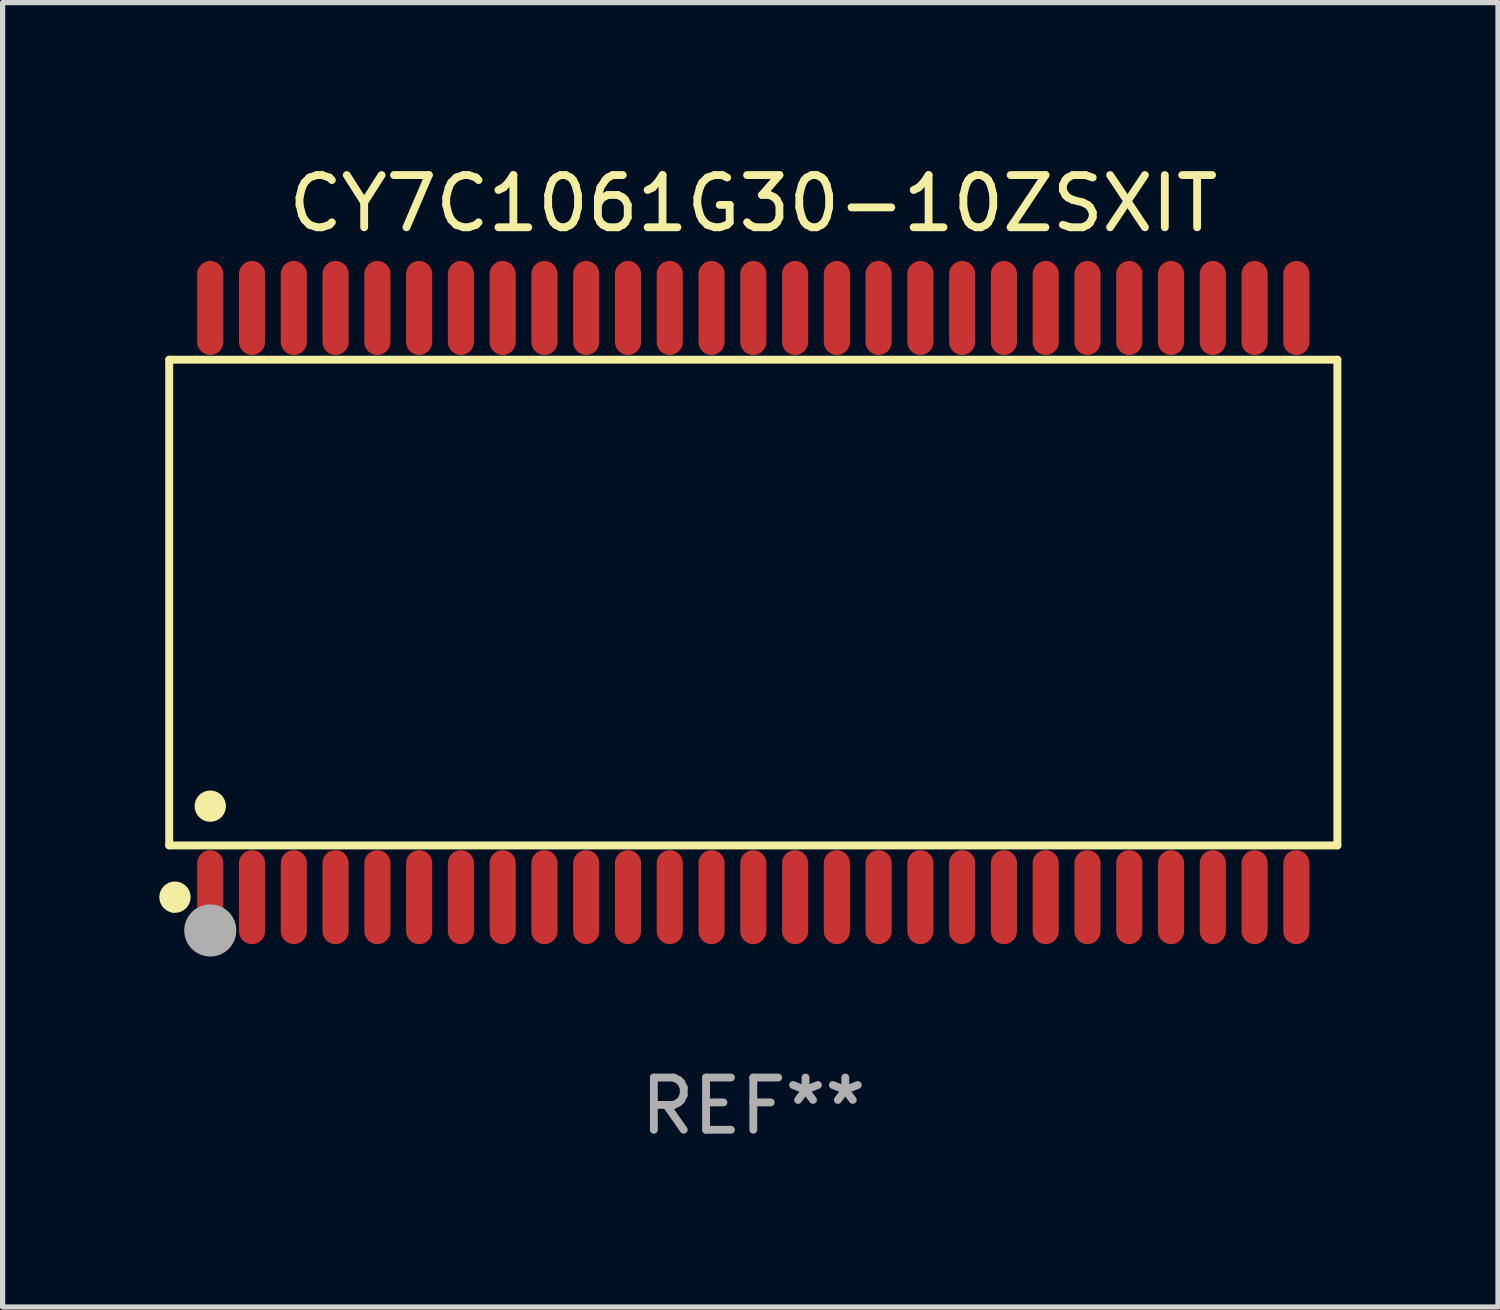
<source format=kicad_pcb>
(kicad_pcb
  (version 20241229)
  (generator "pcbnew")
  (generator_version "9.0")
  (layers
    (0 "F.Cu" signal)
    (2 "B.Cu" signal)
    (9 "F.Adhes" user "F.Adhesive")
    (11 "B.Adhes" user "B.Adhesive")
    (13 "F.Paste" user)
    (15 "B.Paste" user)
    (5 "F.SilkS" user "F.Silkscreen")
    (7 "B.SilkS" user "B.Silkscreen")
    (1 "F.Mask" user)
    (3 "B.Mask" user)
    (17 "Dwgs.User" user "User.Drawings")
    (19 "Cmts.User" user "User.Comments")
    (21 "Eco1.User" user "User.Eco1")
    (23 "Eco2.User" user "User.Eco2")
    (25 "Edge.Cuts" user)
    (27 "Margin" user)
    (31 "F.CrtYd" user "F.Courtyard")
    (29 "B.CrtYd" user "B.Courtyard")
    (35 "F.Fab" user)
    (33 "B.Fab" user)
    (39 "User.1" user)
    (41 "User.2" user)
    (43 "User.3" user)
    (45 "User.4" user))
  (footprint "CY7C1061G30-10ZSXIT"
    (layer "F.Cu")
    (at 11.377 8.49)
    (property "Reference" "CY7C1061G30-10ZSXIT" (at 0 -7.642 0) (layer "F.SilkS") (effects (font (size 1 1) (thickness 0.15))))
    (attr through_hole)
    (fp_line (start -11.186 -4.651) (end 11.186 -4.651) (stroke (width 0.152) (type solid)) (layer "F.SilkS"))
    (fp_line (start -11.186 4.651) (end -11.186 -4.651) (stroke (width 0.152) (type solid)) (layer "F.SilkS"))
    (fp_line (start 11.186 -4.651) (end 11.186 4.651) (stroke (width 0.152) (type solid)) (layer "F.SilkS"))
    (fp_line (start 11.186 4.651) (end -11.186 4.651) (stroke (width 0.152) (type solid)) (layer "F.SilkS"))
    (fp_circle (center -11.11 5.88) (end -11.08 5.88) (stroke (width 0.06) (type solid)) (fill no) (layer "F.SilkS"))
    (fp_circle (center -11.076 5.642) (end -10.926 5.642) (stroke (width 0.3) (type solid)) (fill no) (layer "F.SilkS"))
    (fp_circle (center -10.4 3.899) (end -10.25 3.899) (stroke (width 0.3) (type solid)) (fill no) (layer "F.SilkS"))
    (fp_circle (center -10.4 6.28) (end -10.15 6.28) (stroke (width 0.5) (type solid)) (fill no) (layer "F.Fab"))
    (fp_text user "REF**" (at 0 9.642 0) (layer "F.Fab") (effects (font (size 1 1) (thickness 0.15))))
    (pad "1" smd oval (at -10.4 5.642) (size 0.5 1.8) (layers "F.Cu" "F.Mask" "F.Paste"))
    (pad "2" smd oval (at -9.6 5.642) (size 0.5 1.8) (layers "F.Cu" "F.Mask" "F.Paste"))
    (pad "3" smd oval (at -8.8 5.642) (size 0.5 1.8) (layers "F.Cu" "F.Mask" "F.Paste"))
    (pad "4" smd oval (at -8 5.642) (size 0.5 1.8) (layers "F.Cu" "F.Mask" "F.Paste"))
    (pad "5" smd oval (at -7.2 5.642) (size 0.5 1.8) (layers "F.Cu" "F.Mask" "F.Paste"))
    (pad "6" smd oval (at -6.4 5.642) (size 0.5 1.8) (layers "F.Cu" "F.Mask" "F.Paste"))
    (pad "7" smd oval (at -5.6 5.642) (size 0.5 1.8) (layers "F.Cu" "F.Mask" "F.Paste"))
    (pad "8" smd oval (at -4.8 5.642) (size 0.5 1.8) (layers "F.Cu" "F.Mask" "F.Paste"))
    (pad "9" smd oval (at -4 5.642) (size 0.5 1.8) (layers "F.Cu" "F.Mask" "F.Paste"))
    (pad "10" smd oval (at -3.2 5.642) (size 0.5 1.8) (layers "F.Cu" "F.Mask" "F.Paste"))
    (pad "11" smd oval (at -2.4 5.642) (size 0.5 1.8) (layers "F.Cu" "F.Mask" "F.Paste"))
    (pad "12" smd oval (at -1.6 5.642) (size 0.5 1.8) (layers "F.Cu" "F.Mask" "F.Paste"))
    (pad "13" smd oval (at -0.8 5.642) (size 0.5 1.8) (layers "F.Cu" "F.Mask" "F.Paste"))
    (pad "14" smd oval (at 0 5.642) (size 0.5 1.8) (layers "F.Cu" "F.Mask" "F.Paste"))
    (pad "15" smd oval (at 0.8 5.642) (size 0.5 1.8) (layers "F.Cu" "F.Mask" "F.Paste"))
    (pad "16" smd oval (at 1.6 5.642) (size 0.5 1.8) (layers "F.Cu" "F.Mask" "F.Paste"))
    (pad "17" smd oval (at 2.4 5.642) (size 0.5 1.8) (layers "F.Cu" "F.Mask" "F.Paste"))
    (pad "18" smd oval (at 3.2 5.642) (size 0.5 1.8) (layers "F.Cu" "F.Mask" "F.Paste"))
    (pad "19" smd oval (at 4 5.642) (size 0.5 1.8) (layers "F.Cu" "F.Mask" "F.Paste"))
    (pad "20" smd oval (at 4.8 5.642) (size 0.5 1.8) (layers "F.Cu" "F.Mask" "F.Paste"))
    (pad "21" smd oval (at 5.6 5.642) (size 0.5 1.8) (layers "F.Cu" "F.Mask" "F.Paste"))
    (pad "22" smd oval (at 6.4 5.642) (size 0.5 1.8) (layers "F.Cu" "F.Mask" "F.Paste"))
    (pad "23" smd oval (at 7.2 5.642) (size 0.5 1.8) (layers "F.Cu" "F.Mask" "F.Paste"))
    (pad "24" smd oval (at 8 5.642) (size 0.5 1.8) (layers "F.Cu" "F.Mask" "F.Paste"))
    (pad "25" smd oval (at 8.8 5.642) (size 0.5 1.8) (layers "F.Cu" "F.Mask" "F.Paste"))
    (pad "26" smd oval (at 9.6 5.642) (size 0.5 1.8) (layers "F.Cu" "F.Mask" "F.Paste"))
    (pad "27" smd oval (at 10.4 5.642) (size 0.5 1.8) (layers "F.Cu" "F.Mask" "F.Paste"))
    (pad "28" smd oval (at 10.4 -5.642) (size 0.5 1.8) (layers "F.Cu" "F.Mask" "F.Paste"))
    (pad "29" smd oval (at 9.6 -5.642) (size 0.5 1.8) (layers "F.Cu" "F.Mask" "F.Paste"))
    (pad "30" smd oval (at 8.8 -5.642) (size 0.5 1.8) (layers "F.Cu" "F.Mask" "F.Paste"))
    (pad "31" smd oval (at 8 -5.642) (size 0.5 1.8) (layers "F.Cu" "F.Mask" "F.Paste"))
    (pad "32" smd oval (at 7.2 -5.642) (size 0.5 1.8) (layers "F.Cu" "F.Mask" "F.Paste"))
    (pad "33" smd oval (at 6.4 -5.642) (size 0.5 1.8) (layers "F.Cu" "F.Mask" "F.Paste"))
    (pad "34" smd oval (at 5.6 -5.642) (size 0.5 1.8) (layers "F.Cu" "F.Mask" "F.Paste"))
    (pad "35" smd oval (at 4.8 -5.642) (size 0.5 1.8) (layers "F.Cu" "F.Mask" "F.Paste"))
    (pad "36" smd oval (at 4 -5.642) (size 0.5 1.8) (layers "F.Cu" "F.Mask" "F.Paste"))
    (pad "37" smd oval (at 3.2 -5.642) (size 0.5 1.8) (layers "F.Cu" "F.Mask" "F.Paste"))
    (pad "38" smd oval (at 2.4 -5.642) (size 0.5 1.8) (layers "F.Cu" "F.Mask" "F.Paste"))
    (pad "39" smd oval (at 1.6 -5.642) (size 0.5 1.8) (layers "F.Cu" "F.Mask" "F.Paste"))
    (pad "40" smd oval (at 0.8 -5.642) (size 0.5 1.8) (layers "F.Cu" "F.Mask" "F.Paste"))
    (pad "41" smd oval (at 0 -5.642) (size 0.5 1.8) (layers "F.Cu" "F.Mask" "F.Paste"))
    (pad "42" smd oval (at -0.8 -5.642) (size 0.5 1.8) (layers "F.Cu" "F.Mask" "F.Paste"))
    (pad "43" smd oval (at -1.6 -5.642) (size 0.5 1.8) (layers "F.Cu" "F.Mask" "F.Paste"))
    (pad "44" smd oval (at -2.4 -5.642) (size 0.5 1.8) (layers "F.Cu" "F.Mask" "F.Paste"))
    (pad "45" smd oval (at -3.2 -5.642) (size 0.5 1.8) (layers "F.Cu" "F.Mask" "F.Paste"))
    (pad "46" smd oval (at -4 -5.642) (size 0.5 1.8) (layers "F.Cu" "F.Mask" "F.Paste"))
    (pad "47" smd oval (at -4.8 -5.642) (size 0.5 1.8) (layers "F.Cu" "F.Mask" "F.Paste"))
    (pad "48" smd oval (at -5.6 -5.642) (size 0.5 1.8) (layers "F.Cu" "F.Mask" "F.Paste"))
    (pad "49" smd oval (at -6.4 -5.642) (size 0.5 1.8) (layers "F.Cu" "F.Mask" "F.Paste"))
    (pad "50" smd oval (at -7.2 -5.642) (size 0.5 1.8) (layers "F.Cu" "F.Mask" "F.Paste"))
    (pad "51" smd oval (at -8 -5.642) (size 0.5 1.8) (layers "F.Cu" "F.Mask" "F.Paste"))
    (pad "52" smd oval (at -8.8 -5.642) (size 0.5 1.8) (layers "F.Cu" "F.Mask" "F.Paste"))
    (pad "53" smd oval (at -9.6 -5.642) (size 0.5 1.8) (layers "F.Cu" "F.Mask" "F.Paste"))
    (pad "54" smd oval (at -10.4 -5.642) (size 0.5 1.8) (layers "F.Cu" "F.Mask" "F.Paste")))
  (gr_rect
    (start -3 -3)
    (end 25.639 21.981)
    (stroke (width 0.1) (type default))
    (fill no)
    (layer "Edge.Cuts")))
</source>
